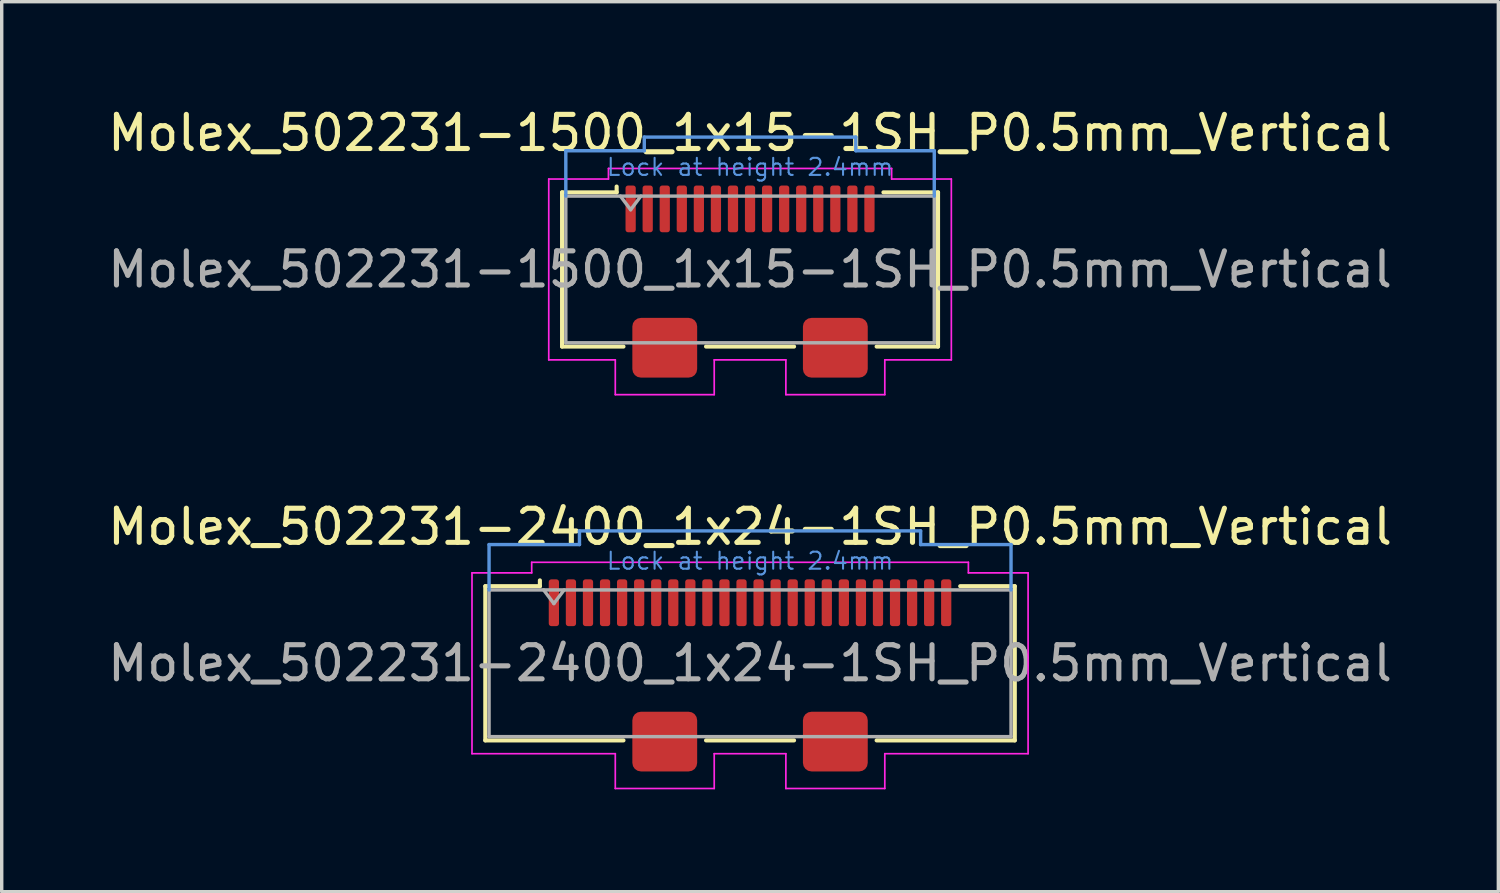
<source format=kicad_pcb>
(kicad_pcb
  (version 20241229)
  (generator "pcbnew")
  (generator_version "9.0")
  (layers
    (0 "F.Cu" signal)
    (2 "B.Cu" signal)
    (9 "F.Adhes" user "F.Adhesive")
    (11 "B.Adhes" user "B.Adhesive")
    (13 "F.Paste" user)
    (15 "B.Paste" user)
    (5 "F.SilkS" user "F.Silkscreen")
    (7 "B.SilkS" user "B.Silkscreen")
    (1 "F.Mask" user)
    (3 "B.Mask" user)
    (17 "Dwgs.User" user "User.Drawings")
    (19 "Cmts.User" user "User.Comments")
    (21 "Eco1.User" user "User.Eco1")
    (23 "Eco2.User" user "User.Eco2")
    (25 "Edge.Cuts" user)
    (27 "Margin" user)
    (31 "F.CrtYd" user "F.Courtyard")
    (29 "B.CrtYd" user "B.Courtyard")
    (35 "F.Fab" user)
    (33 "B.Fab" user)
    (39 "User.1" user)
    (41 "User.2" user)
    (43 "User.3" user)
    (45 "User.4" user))
  (footprint "Molex_502231-2400_1x24-1SH_P0.5mm_Vertical"
    (layer "F.Cu")
    (at 18.935 15.662)
    (property "Reference" "Molex_502231-2400_1x24-1SH_P0.5mm_Vertical" (at 0 -3.27 0) (layer "F.SilkS") (effects (font (size 1 1) (thickness 0.15))))
    (attr smd)
    (fp_line (start -7.76 2.99) (end -7.76 -1.53) (stroke (width 0.12) (type solid)) (layer "F.SilkS"))
    (fp_line (start -6.16 -1.53) (end -7.76 -1.53) (stroke (width 0.12) (type solid)) (layer "F.SilkS"))
    (fp_line (start -6.16 -1.53) (end -6.16 -1.7) (stroke (width 0.12) (type solid)) (layer "F.SilkS"))
    (fp_line (start -3.71 2.99) (end -7.76 2.99) (stroke (width 0.12) (type solid)) (layer "F.SilkS"))
    (fp_line (start -1.29 2.99) (end 1.29 2.99) (stroke (width 0.12) (type solid)) (layer "F.SilkS"))
    (fp_line (start 3.71 2.99) (end 7.76 2.99) (stroke (width 0.12) (type solid)) (layer "F.SilkS"))
    (fp_line (start 6.16 -1.53) (end 7.76 -1.53) (stroke (width 0.12) (type solid)) (layer "F.SilkS"))
    (fp_line (start 7.76 2.99) (end 7.76 -1.53) (stroke (width 0.12) (type solid)) (layer "F.SilkS"))
    (fp_line (start -7.65 -2.75) (end -7.65 -1.42) (stroke (width 0.1) (type solid)) (layer "Cmts.User"))
    (fp_line (start -5 -3.15) (end -5 -2.75) (stroke (width 0.1) (type solid)) (layer "Cmts.User"))
    (fp_line (start -5 -3.15) (end 5 -3.15) (stroke (width 0.1) (type solid)) (layer "Cmts.User"))
    (fp_line (start -5 -2.75) (end -7.65 -2.75) (stroke (width 0.1) (type solid)) (layer "Cmts.User"))
    (fp_line (start 5 -3.15) (end 5 -2.75) (stroke (width 0.1) (type solid)) (layer "Cmts.User"))
    (fp_line (start 5 -2.75) (end 7.65 -2.75) (stroke (width 0.1) (type solid)) (layer "Cmts.User"))
    (fp_line (start 7.65 -2.75) (end 7.65 -1.42) (stroke (width 0.1) (type solid)) (layer "Cmts.User"))
    (fp_line (start -8.15 -1.92) (end -6.4 -1.92) (stroke (width 0.05) (type solid)) (layer "F.CrtYd"))
    (fp_line (start -8.15 3.38) (end -8.15 -1.92) (stroke (width 0.05) (type solid)) (layer "F.CrtYd"))
    (fp_line (start -6.4 -1.92) (end -6.4 -2.23) (stroke (width 0.05) (type solid)) (layer "F.CrtYd"))
    (fp_line (start -3.95 3.38) (end -8.15 3.38) (stroke (width 0.05) (type solid)) (layer "F.CrtYd"))
    (fp_line (start -3.95 3.38) (end -3.95 4.4) (stroke (width 0.05) (type solid)) (layer "F.CrtYd"))
    (fp_line (start -1.05 3.38) (end -1.05 4.4) (stroke (width 0.05) (type solid)) (layer "F.CrtYd"))
    (fp_line (start -1.05 4.4) (end -3.95 4.4) (stroke (width 0.05) (type solid)) (layer "F.CrtYd"))
    (fp_line (start 1.05 3.38) (end -1.05 3.38) (stroke (width 0.05) (type solid)) (layer "F.CrtYd"))
    (fp_line (start 1.05 3.38) (end 1.05 4.4) (stroke (width 0.05) (type solid)) (layer "F.CrtYd"))
    (fp_line (start 1.05 4.4) (end 3.95 4.4) (stroke (width 0.05) (type solid)) (layer "F.CrtYd"))
    (fp_line (start 3.95 3.38) (end 3.95 4.4) (stroke (width 0.05) (type solid)) (layer "F.CrtYd"))
    (fp_line (start 3.95 3.38) (end 8.15 3.38) (stroke (width 0.05) (type solid)) (layer "F.CrtYd"))
    (fp_line (start 6.4 -2.23) (end -6.4 -2.23) (stroke (width 0.05) (type solid)) (layer "F.CrtYd"))
    (fp_line (start 6.4 -1.92) (end 6.4 -2.23) (stroke (width 0.05) (type solid)) (layer "F.CrtYd"))
    (fp_line (start 8.15 -1.92) (end 6.4 -1.92) (stroke (width 0.05) (type solid)) (layer "F.CrtYd"))
    (fp_line (start 8.15 3.38) (end 8.15 -1.92) (stroke (width 0.05) (type solid)) (layer "F.CrtYd"))
    (fp_line (start -7.65 -1.42) (end -7.65 2.88) (stroke (width 0.1) (type solid)) (layer "F.Fab"))
    (fp_line (start -7.65 -1.42) (end 7.65 -1.42) (stroke (width 0.1) (type solid)) (layer "F.Fab"))
    (fp_line (start -7.65 2.88) (end 7.65 2.88) (stroke (width 0.1) (type solid)) (layer "F.Fab"))
    (fp_line (start -6.05 -1.42) (end -5.75 -1.02) (stroke (width 0.1) (type solid)) (layer "F.Fab"))
    (fp_line (start -5.75 -1.02) (end -5.45 -1.42) (stroke (width 0.1) (type solid)) (layer "F.Fab"))
    (fp_line (start 7.65 -1.42) (end 7.65 2.88) (stroke (width 0.1) (type solid)) (layer "F.Fab"))
    (fp_text user "Lock at height 2.4mm" (at 0 -2.27 0) (layer "Cmts.User") (effects (font (size 0.5 0.5) (thickness 0.06))))
    (fp_text user "${REFERENCE}" (at 0 0.73 0) (layer "F.Fab") (effects (font (size 1 1) (thickness 0.15))))
    (pad "1" smd roundrect (at -5.75 -1.045) (size 0.3 1.37) (layers "F.Cu" "F.Mask" "F.Paste") (roundrect_rratio 0.25))
    (pad "2" smd roundrect (at -5.25 -1.045) (size 0.3 1.37) (layers "F.Cu" "F.Mask" "F.Paste") (roundrect_rratio 0.25))
    (pad "3" smd roundrect (at -4.75 -1.045) (size 0.3 1.37) (layers "F.Cu" "F.Mask" "F.Paste") (roundrect_rratio 0.25))
    (pad "4" smd roundrect (at -4.25 -1.045) (size 0.3 1.37) (layers "F.Cu" "F.Mask" "F.Paste") (roundrect_rratio 0.25))
    (pad "5" smd roundrect (at -3.75 -1.045) (size 0.3 1.37) (layers "F.Cu" "F.Mask" "F.Paste") (roundrect_rratio 0.25))
    (pad "6" smd roundrect (at -3.25 -1.045) (size 0.3 1.37) (layers "F.Cu" "F.Mask" "F.Paste") (roundrect_rratio 0.25))
    (pad "7" smd roundrect (at -2.75 -1.045) (size 0.3 1.37) (layers "F.Cu" "F.Mask" "F.Paste") (roundrect_rratio 0.25))
    (pad "8" smd roundrect (at -2.25 -1.045) (size 0.3 1.37) (layers "F.Cu" "F.Mask" "F.Paste") (roundrect_rratio 0.25))
    (pad "9" smd roundrect (at -1.75 -1.045) (size 0.3 1.37) (layers "F.Cu" "F.Mask" "F.Paste") (roundrect_rratio 0.25))
    (pad "10" smd roundrect (at -1.25 -1.045) (size 0.3 1.37) (layers "F.Cu" "F.Mask" "F.Paste") (roundrect_rratio 0.25))
    (pad "11" smd roundrect (at -0.75 -1.045) (size 0.3 1.37) (layers "F.Cu" "F.Mask" "F.Paste") (roundrect_rratio 0.25))
    (pad "12" smd roundrect (at -0.25 -1.045) (size 0.3 1.37) (layers "F.Cu" "F.Mask" "F.Paste") (roundrect_rratio 0.25))
    (pad "13" smd roundrect (at 0.25 -1.045) (size 0.3 1.37) (layers "F.Cu" "F.Mask" "F.Paste") (roundrect_rratio 0.25))
    (pad "14" smd roundrect (at 0.75 -1.045) (size 0.3 1.37) (layers "F.Cu" "F.Mask" "F.Paste") (roundrect_rratio 0.25))
    (pad "15" smd roundrect (at 1.25 -1.045) (size 0.3 1.37) (layers "F.Cu" "F.Mask" "F.Paste") (roundrect_rratio 0.25))
    (pad "16" smd roundrect (at 1.75 -1.045) (size 0.3 1.37) (layers "F.Cu" "F.Mask" "F.Paste") (roundrect_rratio 0.25))
    (pad "17" smd roundrect (at 2.25 -1.045) (size 0.3 1.37) (layers "F.Cu" "F.Mask" "F.Paste") (roundrect_rratio 0.25))
    (pad "18" smd roundrect (at 2.75 -1.045) (size 0.3 1.37) (layers "F.Cu" "F.Mask" "F.Paste") (roundrect_rratio 0.25))
    (pad "19" smd roundrect (at 3.25 -1.045) (size 0.3 1.37) (layers "F.Cu" "F.Mask" "F.Paste") (roundrect_rratio 0.25))
    (pad "20" smd roundrect (at 3.75 -1.045) (size 0.3 1.37) (layers "F.Cu" "F.Mask" "F.Paste") (roundrect_rratio 0.25))
    (pad "21" smd roundrect (at 4.25 -1.045) (size 0.3 1.37) (layers "F.Cu" "F.Mask" "F.Paste") (roundrect_rratio 0.25))
    (pad "22" smd roundrect (at 4.75 -1.045) (size 0.3 1.37) (layers "F.Cu" "F.Mask" "F.Paste") (roundrect_rratio 0.25))
    (pad "23" smd roundrect (at 5.25 -1.045) (size 0.3 1.37) (layers "F.Cu" "F.Mask" "F.Paste") (roundrect_rratio 0.25))
    (pad "24" smd roundrect (at 5.75 -1.045) (size 0.3 1.37) (layers "F.Cu" "F.Mask" "F.Paste") (roundrect_rratio 0.25))
    (pad "SH" smd roundrect (at -2.5 3.025) (size 1.9 1.75) (layers "F.Cu" "F.Mask" "F.Paste") (roundrect_rratio 0.143))
    (pad "SH" smd roundrect (at 2.5 3.025) (size 1.9 1.75) (layers "F.Cu" "F.Mask" "F.Paste") (roundrect_rratio 0.143)))
  (footprint "Molex_502231-1500_1x15-1SH_P0.5mm_Vertical"
    (layer "F.Cu")
    (at 18.935 4.118)
    (property "Reference" "Molex_502231-1500_1x15-1SH_P0.5mm_Vertical" (at 0 -3.27 0) (layer "F.SilkS") (effects (font (size 1 1) (thickness 0.15))))
    (attr smd)
    (fp_line (start -5.51 2.99) (end -5.51 -1.53) (stroke (width 0.12) (type solid)) (layer "F.SilkS"))
    (fp_line (start -3.91 -1.53) (end -5.51 -1.53) (stroke (width 0.12) (type solid)) (layer "F.SilkS"))
    (fp_line (start -3.91 -1.53) (end -3.91 -1.7) (stroke (width 0.12) (type solid)) (layer "F.SilkS"))
    (fp_line (start -3.71 2.99) (end -5.51 2.99) (stroke (width 0.12) (type solid)) (layer "F.SilkS"))
    (fp_line (start -1.29 2.99) (end 1.29 2.99) (stroke (width 0.12) (type solid)) (layer "F.SilkS"))
    (fp_line (start 3.71 2.99) (end 5.51 2.99) (stroke (width 0.12) (type solid)) (layer "F.SilkS"))
    (fp_line (start 3.91 -1.53) (end 5.51 -1.53) (stroke (width 0.12) (type solid)) (layer "F.SilkS"))
    (fp_line (start 5.51 2.99) (end 5.51 -1.53) (stroke (width 0.12) (type solid)) (layer "F.SilkS"))
    (fp_line (start -5.4 -2.75) (end -5.4 -1.42) (stroke (width 0.1) (type solid)) (layer "Cmts.User"))
    (fp_line (start -3.1 -3.15) (end -3.1 -2.75) (stroke (width 0.1) (type solid)) (layer "Cmts.User"))
    (fp_line (start -3.1 -3.15) (end 3.1 -3.15) (stroke (width 0.1) (type solid)) (layer "Cmts.User"))
    (fp_line (start -3.1 -2.75) (end -5.4 -2.75) (stroke (width 0.1) (type solid)) (layer "Cmts.User"))
    (fp_line (start 3.1 -3.15) (end 3.1 -2.75) (stroke (width 0.1) (type solid)) (layer "Cmts.User"))
    (fp_line (start 3.1 -2.75) (end 5.4 -2.75) (stroke (width 0.1) (type solid)) (layer "Cmts.User"))
    (fp_line (start 5.4 -2.75) (end 5.4 -1.42) (stroke (width 0.1) (type solid)) (layer "Cmts.User"))
    (fp_line (start -5.9 -1.92) (end -4.15 -1.92) (stroke (width 0.05) (type solid)) (layer "F.CrtYd"))
    (fp_line (start -5.9 3.38) (end -5.9 -1.92) (stroke (width 0.05) (type solid)) (layer "F.CrtYd"))
    (fp_line (start -4.15 -1.92) (end -4.15 -2.23) (stroke (width 0.05) (type solid)) (layer "F.CrtYd"))
    (fp_line (start -3.95 3.38) (end -5.9 3.38) (stroke (width 0.05) (type solid)) (layer "F.CrtYd"))
    (fp_line (start -3.95 3.38) (end -3.95 4.4) (stroke (width 0.05) (type solid)) (layer "F.CrtYd"))
    (fp_line (start -1.05 3.38) (end -1.05 4.4) (stroke (width 0.05) (type solid)) (layer "F.CrtYd"))
    (fp_line (start -1.05 4.4) (end -3.95 4.4) (stroke (width 0.05) (type solid)) (layer "F.CrtYd"))
    (fp_line (start 1.05 3.38) (end -1.05 3.38) (stroke (width 0.05) (type solid)) (layer "F.CrtYd"))
    (fp_line (start 1.05 3.38) (end 1.05 4.4) (stroke (width 0.05) (type solid)) (layer "F.CrtYd"))
    (fp_line (start 1.05 4.4) (end 3.95 4.4) (stroke (width 0.05) (type solid)) (layer "F.CrtYd"))
    (fp_line (start 3.95 3.38) (end 3.95 4.4) (stroke (width 0.05) (type solid)) (layer "F.CrtYd"))
    (fp_line (start 3.95 3.38) (end 5.9 3.38) (stroke (width 0.05) (type solid)) (layer "F.CrtYd"))
    (fp_line (start 4.15 -2.23) (end -4.15 -2.23) (stroke (width 0.05) (type solid)) (layer "F.CrtYd"))
    (fp_line (start 4.15 -1.92) (end 4.15 -2.23) (stroke (width 0.05) (type solid)) (layer "F.CrtYd"))
    (fp_line (start 5.9 -1.92) (end 4.15 -1.92) (stroke (width 0.05) (type solid)) (layer "F.CrtYd"))
    (fp_line (start 5.9 3.38) (end 5.9 -1.92) (stroke (width 0.05) (type solid)) (layer "F.CrtYd"))
    (fp_line (start -5.4 -1.42) (end -5.4 2.88) (stroke (width 0.1) (type solid)) (layer "F.Fab"))
    (fp_line (start -5.4 -1.42) (end 5.4 -1.42) (stroke (width 0.1) (type solid)) (layer "F.Fab"))
    (fp_line (start -5.4 2.88) (end 5.4 2.88) (stroke (width 0.1) (type solid)) (layer "F.Fab"))
    (fp_line (start -3.8 -1.42) (end -3.5 -1.02) (stroke (width 0.1) (type solid)) (layer "F.Fab"))
    (fp_line (start -3.5 -1.02) (end -3.2 -1.42) (stroke (width 0.1) (type solid)) (layer "F.Fab"))
    (fp_line (start 5.4 -1.42) (end 5.4 2.88) (stroke (width 0.1) (type solid)) (layer "F.Fab"))
    (fp_text user "Lock at height 2.4mm" (at 0 -2.27 0) (layer "Cmts.User") (effects (font (size 0.5 0.5) (thickness 0.06))))
    (fp_text user "${REFERENCE}" (at 0 0.73 0) (layer "F.Fab") (effects (font (size 1 1) (thickness 0.15))))
    (pad "1" smd roundrect (at -3.5 -1.045) (size 0.3 1.37) (layers "F.Cu" "F.Mask" "F.Paste") (roundrect_rratio 0.25))
    (pad "2" smd roundrect (at -3 -1.045) (size 0.3 1.37) (layers "F.Cu" "F.Mask" "F.Paste") (roundrect_rratio 0.25))
    (pad "3" smd roundrect (at -2.5 -1.045) (size 0.3 1.37) (layers "F.Cu" "F.Mask" "F.Paste") (roundrect_rratio 0.25))
    (pad "4" smd roundrect (at -2 -1.045) (size 0.3 1.37) (layers "F.Cu" "F.Mask" "F.Paste") (roundrect_rratio 0.25))
    (pad "5" smd roundrect (at -1.5 -1.045) (size 0.3 1.37) (layers "F.Cu" "F.Mask" "F.Paste") (roundrect_rratio 0.25))
    (pad "6" smd roundrect (at -1 -1.045) (size 0.3 1.37) (layers "F.Cu" "F.Mask" "F.Paste") (roundrect_rratio 0.25))
    (pad "7" smd roundrect (at -0.5 -1.045) (size 0.3 1.37) (layers "F.Cu" "F.Mask" "F.Paste") (roundrect_rratio 0.25))
    (pad "8" smd roundrect (at 0 -1.045) (size 0.3 1.37) (layers "F.Cu" "F.Mask" "F.Paste") (roundrect_rratio 0.25))
    (pad "9" smd roundrect (at 0.5 -1.045) (size 0.3 1.37) (layers "F.Cu" "F.Mask" "F.Paste") (roundrect_rratio 0.25))
    (pad "10" smd roundrect (at 1 -1.045) (size 0.3 1.37) (layers "F.Cu" "F.Mask" "F.Paste") (roundrect_rratio 0.25))
    (pad "11" smd roundrect (at 1.5 -1.045) (size 0.3 1.37) (layers "F.Cu" "F.Mask" "F.Paste") (roundrect_rratio 0.25))
    (pad "12" smd roundrect (at 2 -1.045) (size 0.3 1.37) (layers "F.Cu" "F.Mask" "F.Paste") (roundrect_rratio 0.25))
    (pad "13" smd roundrect (at 2.5 -1.045) (size 0.3 1.37) (layers "F.Cu" "F.Mask" "F.Paste") (roundrect_rratio 0.25))
    (pad "14" smd roundrect (at 3 -1.045) (size 0.3 1.37) (layers "F.Cu" "F.Mask" "F.Paste") (roundrect_rratio 0.25))
    (pad "15" smd roundrect (at 3.5 -1.045) (size 0.3 1.37) (layers "F.Cu" "F.Mask" "F.Paste") (roundrect_rratio 0.25))
    (pad "SH" smd roundrect (at -2.5 3.025) (size 1.9 1.75) (layers "F.Cu" "F.Mask" "F.Paste") (roundrect_rratio 0.143))
    (pad "SH" smd roundrect (at 2.5 3.025) (size 1.9 1.75) (layers "F.Cu" "F.Mask" "F.Paste") (roundrect_rratio 0.143)))
  (gr_rect
    (start -3 -3)
    (end 40.869 23.087)
    (stroke (width 0.1) (type default))
    (fill no)
    (layer "Edge.Cuts")))
</source>
